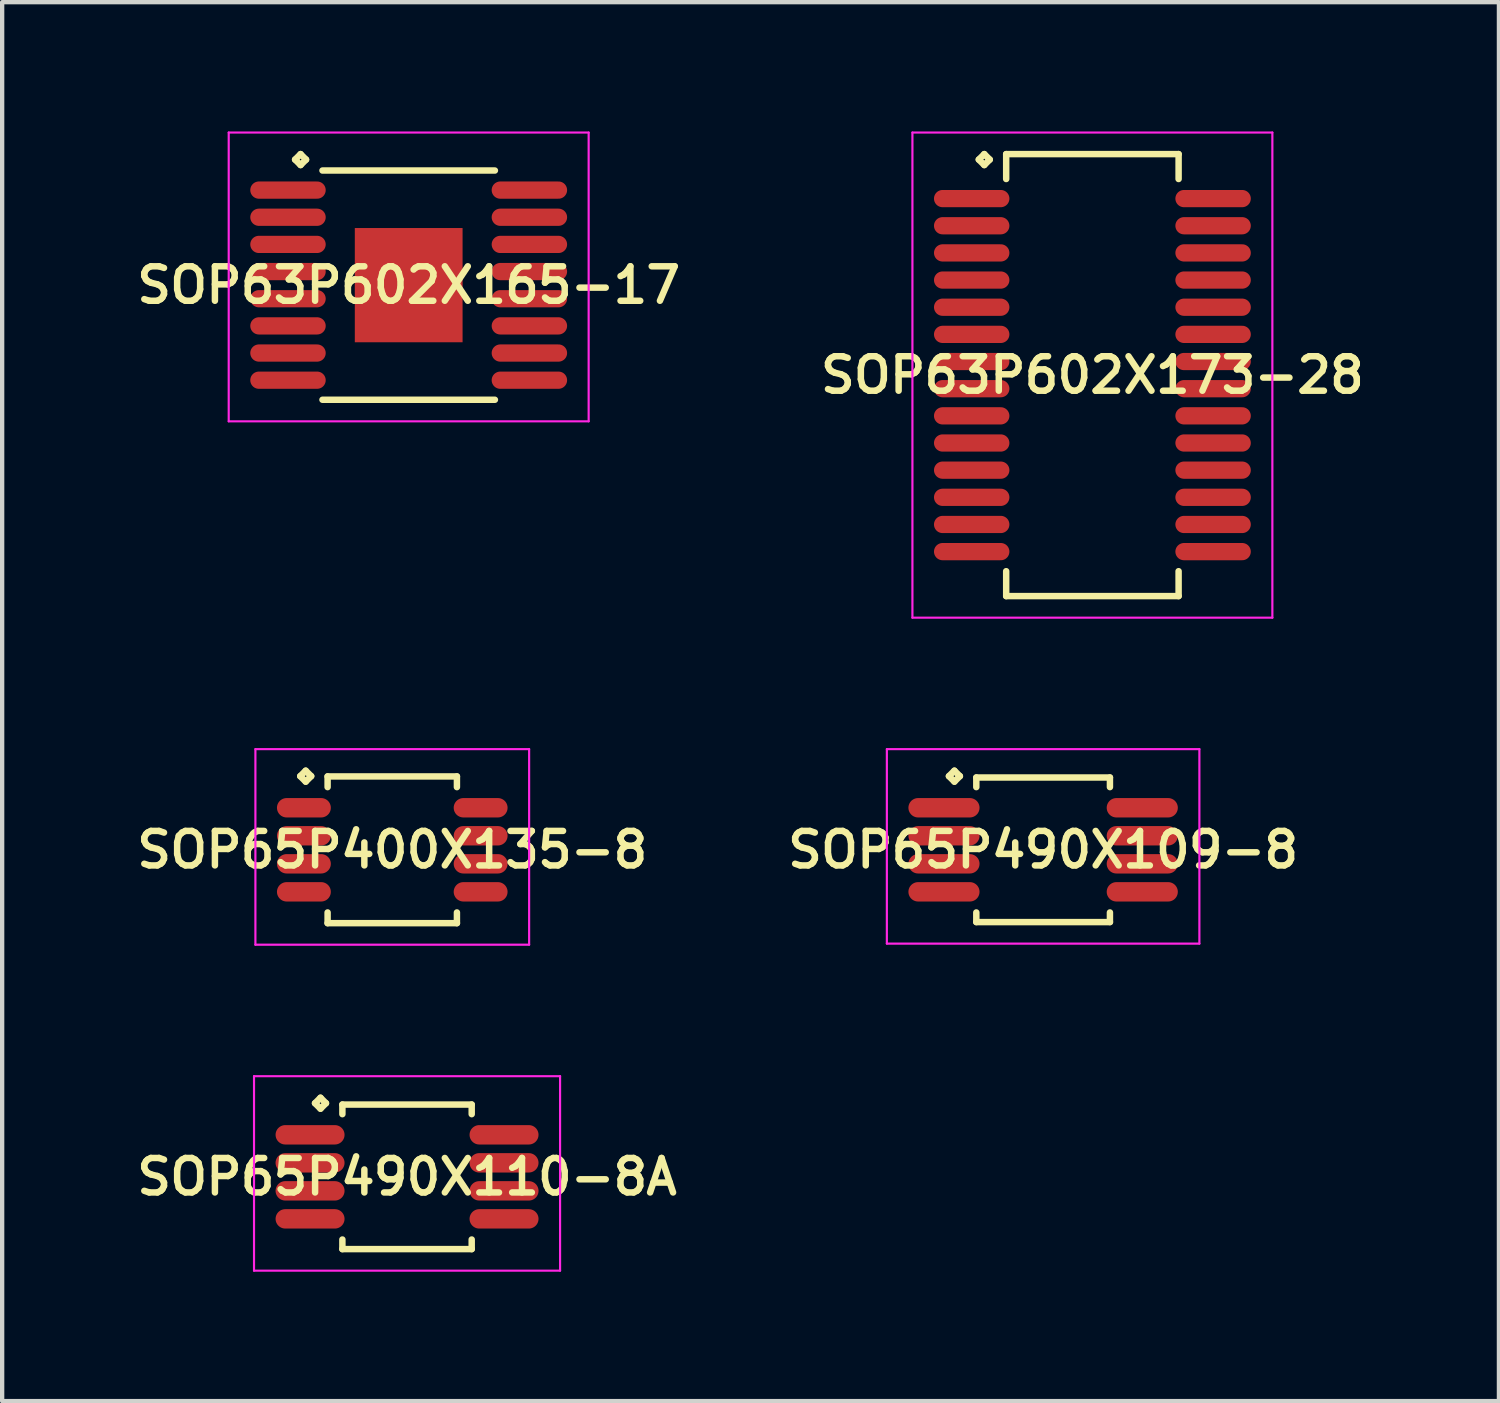
<source format=kicad_pcb>
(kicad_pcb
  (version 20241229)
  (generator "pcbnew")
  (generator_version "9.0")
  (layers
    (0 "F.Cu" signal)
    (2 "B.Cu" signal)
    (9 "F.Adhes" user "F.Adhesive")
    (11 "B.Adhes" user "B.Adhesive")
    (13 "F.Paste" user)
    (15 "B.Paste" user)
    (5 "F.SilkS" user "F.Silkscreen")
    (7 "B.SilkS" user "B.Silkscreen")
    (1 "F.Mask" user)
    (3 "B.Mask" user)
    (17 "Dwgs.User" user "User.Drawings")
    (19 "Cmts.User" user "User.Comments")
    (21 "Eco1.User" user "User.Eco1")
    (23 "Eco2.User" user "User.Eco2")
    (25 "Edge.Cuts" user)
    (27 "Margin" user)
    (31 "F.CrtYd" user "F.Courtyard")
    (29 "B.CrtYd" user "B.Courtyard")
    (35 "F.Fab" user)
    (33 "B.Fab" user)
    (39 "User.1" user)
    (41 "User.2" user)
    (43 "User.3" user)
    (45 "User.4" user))
  (footprint "SOP65P400X135-8"
    (layer "F.Cu")
    (at 6.05 16.664)
    (property "Reference" "SOP65P400X135-8" (at 0 0 0) (layer "F.SilkS") (effects (font (size 0.8 0.8) (thickness 0.15))))
    (attr smd)
    (fp_line (start -2.135 -1.708) (end -2.008 -1.835) (stroke (width 0.15) (type solid)) (layer "F.SilkS"))
    (fp_line (start -2.008 -1.835) (end -1.881 -1.708) (stroke (width 0.15) (type solid)) (layer "F.SilkS"))
    (fp_line (start -2.008 -1.581) (end -2.135 -1.708) (stroke (width 0.15) (type solid)) (layer "F.SilkS"))
    (fp_line (start -1.881 -1.708) (end -2.008 -1.581) (stroke (width 0.15) (type solid)) (layer "F.SilkS"))
    (fp_line (start -1.5 -1.702) (end 1.5 -1.702) (stroke (width 0.15) (type solid)) (layer "F.SilkS"))
    (fp_line (start -1.5 -1.454) (end -1.5 -1.702) (stroke (width 0.15) (type solid)) (layer "F.SilkS"))
    (fp_line (start -1.5 1.454) (end -1.5 1.702) (stroke (width 0.15) (type solid)) (layer "F.SilkS"))
    (fp_line (start -1.5 1.702) (end 1.5 1.702) (stroke (width 0.15) (type solid)) (layer "F.SilkS"))
    (fp_line (start 1.5 -1.702) (end 1.5 -1.454) (stroke (width 0.15) (type solid)) (layer "F.SilkS"))
    (fp_line (start 1.5 1.702) (end 1.5 1.454) (stroke (width 0.15) (type solid)) (layer "F.SilkS"))
    (fp_line (start -3.175 -2.335) (end 3.175 -2.335) (stroke (width 0.05) (type solid)) (layer "F.CrtYd"))
    (fp_line (start -3.175 2.202) (end -3.175 -2.335) (stroke (width 0.05) (type solid)) (layer "F.CrtYd"))
    (fp_line (start 3.175 -2.335) (end 3.175 2.202) (stroke (width 0.05) (type solid)) (layer "F.CrtYd"))
    (fp_line (start 3.175 2.202) (end -3.175 2.202) (stroke (width 0.05) (type solid)) (layer "F.CrtYd"))
    (pad "1" smd oval (at -2.05 -0.975) (size 1.25 0.45) (layers "F.Cu" "F.Mask" "F.Paste"))
    (pad "2" smd oval (at -2.05 -0.325) (size 1.25 0.45) (layers "F.Cu" "F.Mask" "F.Paste"))
    (pad "3" smd oval (at -2.05 0.325) (size 1.25 0.45) (layers "F.Cu" "F.Mask" "F.Paste"))
    (pad "4" smd oval (at -2.05 0.975) (size 1.25 0.45) (layers "F.Cu" "F.Mask" "F.Paste"))
    (pad "5" smd oval (at 2.05 0.975) (size 1.25 0.45) (layers "F.Cu" "F.Mask" "F.Paste"))
    (pad "6" smd oval (at 2.05 0.325) (size 1.25 0.45) (layers "F.Cu" "F.Mask" "F.Paste"))
    (pad "7" smd oval (at 2.05 -0.325) (size 1.25 0.45) (layers "F.Cu" "F.Mask" "F.Paste"))
    (pad "8" smd oval (at 2.05 -0.975) (size 1.25 0.45) (layers "F.Cu" "F.Mask" "F.Paste")))
  (footprint "SOP65P490X109-8"
    (layer "F.Cu")
    (at 21.149 16.664)
    (property "Reference" "SOP65P490X109-8" (at 0 0 0) (layer "F.SilkS") (effects (font (size 0.8 0.8) (thickness 0.15))))
    (attr smd)
    (fp_line (start -2.185 -1.708) (end -2.058 -1.835) (stroke (width 0.15) (type solid)) (layer "F.SilkS"))
    (fp_line (start -2.058 -1.835) (end -1.931 -1.708) (stroke (width 0.15) (type solid)) (layer "F.SilkS"))
    (fp_line (start -2.058 -1.581) (end -2.185 -1.708) (stroke (width 0.15) (type solid)) (layer "F.SilkS"))
    (fp_line (start -1.931 -1.708) (end -2.058 -1.581) (stroke (width 0.15) (type solid)) (layer "F.SilkS"))
    (fp_line (start -1.55 -1.677) (end 1.55 -1.677) (stroke (width 0.15) (type solid)) (layer "F.SilkS"))
    (fp_line (start -1.55 -1.454) (end -1.55 -1.677) (stroke (width 0.15) (type solid)) (layer "F.SilkS"))
    (fp_line (start -1.55 1.454) (end -1.55 1.677) (stroke (width 0.15) (type solid)) (layer "F.SilkS"))
    (fp_line (start -1.55 1.677) (end 1.55 1.677) (stroke (width 0.15) (type solid)) (layer "F.SilkS"))
    (fp_line (start 1.55 -1.677) (end 1.55 -1.454) (stroke (width 0.15) (type solid)) (layer "F.SilkS"))
    (fp_line (start 1.55 1.677) (end 1.55 1.454) (stroke (width 0.15) (type solid)) (layer "F.SilkS"))
    (fp_line (start -3.625 -2.335) (end 3.625 -2.335) (stroke (width 0.05) (type solid)) (layer "F.CrtYd"))
    (fp_line (start -3.625 2.177) (end -3.625 -2.335) (stroke (width 0.05) (type solid)) (layer "F.CrtYd"))
    (fp_line (start 3.625 -2.335) (end 3.625 2.177) (stroke (width 0.05) (type solid)) (layer "F.CrtYd"))
    (fp_line (start 3.625 2.177) (end -3.625 2.177) (stroke (width 0.05) (type solid)) (layer "F.CrtYd"))
    (pad "1" smd oval (at -2.3 -0.975) (size 1.65 0.45) (layers "F.Cu" "F.Mask" "F.Paste"))
    (pad "2" smd oval (at -2.3 -0.325) (size 1.65 0.45) (layers "F.Cu" "F.Mask" "F.Paste"))
    (pad "3" smd oval (at -2.3 0.325) (size 1.65 0.45) (layers "F.Cu" "F.Mask" "F.Paste"))
    (pad "4" smd oval (at -2.3 0.975) (size 1.65 0.45) (layers "F.Cu" "F.Mask" "F.Paste"))
    (pad "5" smd oval (at 2.3 0.975) (size 1.65 0.45) (layers "F.Cu" "F.Mask" "F.Paste"))
    (pad "6" smd oval (at 2.3 0.325) (size 1.65 0.45) (layers "F.Cu" "F.Mask" "F.Paste"))
    (pad "7" smd oval (at 2.3 -0.325) (size 1.65 0.45) (layers "F.Cu" "F.Mask" "F.Paste"))
    (pad "8" smd oval (at 2.3 -0.975) (size 1.65 0.45) (layers "F.Cu" "F.Mask" "F.Paste")))
  (footprint "SOP63P602X173-28"
    (layer "F.Cu")
    (at 22.292 5.652)
    (property "Reference" "SOP63P602X173-28" (at 0 0 0) (layer "F.SilkS") (effects (font (size 0.8 0.8) (thickness 0.15))))
    (attr smd)
    (fp_line (start -2.635 -5) (end -2.508 -5.127) (stroke (width 0.15) (type solid)) (layer "F.SilkS"))
    (fp_line (start -2.508 -5.127) (end -2.381 -5) (stroke (width 0.15) (type solid)) (layer "F.SilkS"))
    (fp_line (start -2.508 -4.873) (end -2.635 -5) (stroke (width 0.15) (type solid)) (layer "F.SilkS"))
    (fp_line (start -2.381 -5) (end -2.508 -4.873) (stroke (width 0.15) (type solid)) (layer "F.SilkS"))
    (fp_line (start -2 -5.127) (end 2 -5.127) (stroke (width 0.15) (type solid)) (layer "F.SilkS"))
    (fp_line (start -2 -4.549) (end -2 -5.127) (stroke (width 0.15) (type solid)) (layer "F.SilkS"))
    (fp_line (start -2 4.549) (end -2 5.127) (stroke (width 0.15) (type solid)) (layer "F.SilkS"))
    (fp_line (start -2 5.127) (end 2 5.127) (stroke (width 0.15) (type solid)) (layer "F.SilkS"))
    (fp_line (start 2 -5.127) (end 2 -4.549) (stroke (width 0.15) (type solid)) (layer "F.SilkS"))
    (fp_line (start 2 5.127) (end 2 4.549) (stroke (width 0.15) (type solid)) (layer "F.SilkS"))
    (fp_line (start -4.175 -5.627) (end 4.175 -5.627) (stroke (width 0.05) (type solid)) (layer "F.CrtYd"))
    (fp_line (start -4.175 5.627) (end -4.175 -5.627) (stroke (width 0.05) (type solid)) (layer "F.CrtYd"))
    (fp_line (start 4.175 -5.627) (end 4.175 5.627) (stroke (width 0.05) (type solid)) (layer "F.CrtYd"))
    (fp_line (start 4.175 5.627) (end -4.175 5.627) (stroke (width 0.05) (type solid)) (layer "F.CrtYd"))
    (pad "1" smd oval (at -2.8 -4.095) (size 1.75 0.4) (layers "F.Cu" "F.Mask" "F.Paste"))
    (pad "2" smd oval (at -2.8 -3.465) (size 1.75 0.4) (layers "F.Cu" "F.Mask" "F.Paste"))
    (pad "3" smd oval (at -2.8 -2.835) (size 1.75 0.4) (layers "F.Cu" "F.Mask" "F.Paste"))
    (pad "4" smd oval (at -2.8 -2.205) (size 1.75 0.4) (layers "F.Cu" "F.Mask" "F.Paste"))
    (pad "5" smd oval (at -2.8 -1.575) (size 1.75 0.4) (layers "F.Cu" "F.Mask" "F.Paste"))
    (pad "6" smd oval (at -2.8 -0.945) (size 1.75 0.4) (layers "F.Cu" "F.Mask" "F.Paste"))
    (pad "7" smd oval (at -2.8 -0.315) (size 1.75 0.4) (layers "F.Cu" "F.Mask" "F.Paste"))
    (pad "8" smd oval (at -2.8 0.315) (size 1.75 0.4) (layers "F.Cu" "F.Mask" "F.Paste"))
    (pad "9" smd oval (at -2.8 0.945) (size 1.75 0.4) (layers "F.Cu" "F.Mask" "F.Paste"))
    (pad "10" smd oval (at -2.8 1.575) (size 1.75 0.4) (layers "F.Cu" "F.Mask" "F.Paste"))
    (pad "11" smd oval (at -2.8 2.205) (size 1.75 0.4) (layers "F.Cu" "F.Mask" "F.Paste"))
    (pad "12" smd oval (at -2.8 2.835) (size 1.75 0.4) (layers "F.Cu" "F.Mask" "F.Paste"))
    (pad "13" smd oval (at -2.8 3.465) (size 1.75 0.4) (layers "F.Cu" "F.Mask" "F.Paste"))
    (pad "14" smd oval (at -2.8 4.095) (size 1.75 0.4) (layers "F.Cu" "F.Mask" "F.Paste"))
    (pad "15" smd oval (at 2.8 4.095) (size 1.75 0.4) (layers "F.Cu" "F.Mask" "F.Paste"))
    (pad "16" smd oval (at 2.8 3.465) (size 1.75 0.4) (layers "F.Cu" "F.Mask" "F.Paste"))
    (pad "17" smd oval (at 2.8 2.835) (size 1.75 0.4) (layers "F.Cu" "F.Mask" "F.Paste"))
    (pad "18" smd oval (at 2.8 2.205) (size 1.75 0.4) (layers "F.Cu" "F.Mask" "F.Paste"))
    (pad "19" smd oval (at 2.8 1.575) (size 1.75 0.4) (layers "F.Cu" "F.Mask" "F.Paste"))
    (pad "20" smd oval (at 2.8 0.945) (size 1.75 0.4) (layers "F.Cu" "F.Mask" "F.Paste"))
    (pad "21" smd oval (at 2.8 0.315) (size 1.75 0.4) (layers "F.Cu" "F.Mask" "F.Paste"))
    (pad "22" smd oval (at 2.8 -0.315) (size 1.75 0.4) (layers "F.Cu" "F.Mask" "F.Paste"))
    (pad "23" smd oval (at 2.8 -0.945) (size 1.75 0.4) (layers "F.Cu" "F.Mask" "F.Paste"))
    (pad "24" smd oval (at 2.8 -1.575) (size 1.75 0.4) (layers "F.Cu" "F.Mask" "F.Paste"))
    (pad "25" smd oval (at 2.8 -2.205) (size 1.75 0.4) (layers "F.Cu" "F.Mask" "F.Paste"))
    (pad "26" smd oval (at 2.8 -2.835) (size 1.75 0.4) (layers "F.Cu" "F.Mask" "F.Paste"))
    (pad "27" smd oval (at 2.8 -3.465) (size 1.75 0.4) (layers "F.Cu" "F.Mask" "F.Paste"))
    (pad "28" smd oval (at 2.8 -4.095) (size 1.75 0.4) (layers "F.Cu" "F.Mask" "F.Paste")))
  (footprint "SOP65P490X110-8A"
    (layer "F.Cu")
    (at 6.393 24.251)
    (property "Reference" "SOP65P490X110-8A" (at 0 0 0) (layer "F.SilkS") (effects (font (size 0.8 0.8) (thickness 0.15))))
    (attr smd)
    (fp_line (start -2.135 -1.708) (end -2.008 -1.835) (stroke (width 0.15) (type solid)) (layer "F.SilkS"))
    (fp_line (start -2.008 -1.835) (end -1.881 -1.708) (stroke (width 0.15) (type solid)) (layer "F.SilkS"))
    (fp_line (start -2.008 -1.581) (end -2.135 -1.708) (stroke (width 0.15) (type solid)) (layer "F.SilkS"))
    (fp_line (start -1.881 -1.708) (end -2.008 -1.581) (stroke (width 0.15) (type solid)) (layer "F.SilkS"))
    (fp_line (start -1.5 -1.677) (end 1.5 -1.677) (stroke (width 0.15) (type solid)) (layer "F.SilkS"))
    (fp_line (start -1.5 -1.454) (end -1.5 -1.677) (stroke (width 0.15) (type solid)) (layer "F.SilkS"))
    (fp_line (start -1.5 1.454) (end -1.5 1.677) (stroke (width 0.15) (type solid)) (layer "F.SilkS"))
    (fp_line (start -1.5 1.677) (end 1.5 1.677) (stroke (width 0.15) (type solid)) (layer "F.SilkS"))
    (fp_line (start 1.5 -1.677) (end 1.5 -1.454) (stroke (width 0.15) (type solid)) (layer "F.SilkS"))
    (fp_line (start 1.5 1.677) (end 1.5 1.454) (stroke (width 0.15) (type solid)) (layer "F.SilkS"))
    (fp_line (start -3.55 -2.335) (end 3.55 -2.335) (stroke (width 0.05) (type solid)) (layer "F.CrtYd"))
    (fp_line (start -3.55 2.177) (end -3.55 -2.335) (stroke (width 0.05) (type solid)) (layer "F.CrtYd"))
    (fp_line (start 3.55 -2.335) (end 3.55 2.177) (stroke (width 0.05) (type solid)) (layer "F.CrtYd"))
    (fp_line (start 3.55 2.177) (end -3.55 2.177) (stroke (width 0.05) (type solid)) (layer "F.CrtYd"))
    (pad "1" smd oval (at -2.25 -0.975) (size 1.6 0.45) (layers "F.Cu" "F.Mask" "F.Paste"))
    (pad "2" smd oval (at -2.25 -0.325) (size 1.6 0.45) (layers "F.Cu" "F.Mask" "F.Paste"))
    (pad "3" smd oval (at -2.25 0.325) (size 1.6 0.45) (layers "F.Cu" "F.Mask" "F.Paste"))
    (pad "4" smd oval (at -2.25 0.975) (size 1.6 0.45) (layers "F.Cu" "F.Mask" "F.Paste"))
    (pad "5" smd oval (at 2.25 0.975) (size 1.6 0.45) (layers "F.Cu" "F.Mask" "F.Paste"))
    (pad "6" smd oval (at 2.25 0.325) (size 1.6 0.45) (layers "F.Cu" "F.Mask" "F.Paste"))
    (pad "7" smd oval (at 2.25 -0.325) (size 1.6 0.45) (layers "F.Cu" "F.Mask" "F.Paste"))
    (pad "8" smd oval (at 2.25 -0.975) (size 1.6 0.45) (layers "F.Cu" "F.Mask" "F.Paste")))
  (footprint "SOP63P602X165-17"
    (layer "F.Cu")
    (at 6.431 3.565)
    (property "Reference" "SOP63P602X165-17" (at 0 0 0) (layer "F.SilkS") (effects (font (size 0.8 0.8) (thickness 0.15))))
    (attr smd)
    (fp_line (start -2.635 -2.913) (end -2.508 -3.04) (stroke (width 0.15) (type solid)) (layer "F.SilkS"))
    (fp_line (start -2.508 -3.04) (end -2.381 -2.913) (stroke (width 0.15) (type solid)) (layer "F.SilkS"))
    (fp_line (start -2.508 -2.786) (end -2.635 -2.913) (stroke (width 0.15) (type solid)) (layer "F.SilkS"))
    (fp_line (start -2.381 -2.913) (end -2.508 -2.786) (stroke (width 0.15) (type solid)) (layer "F.SilkS"))
    (fp_line (start -2 -2.659) (end 2 -2.659) (stroke (width 0.15) (type solid)) (layer "F.SilkS"))
    (fp_line (start -2 2.659) (end 2 2.659) (stroke (width 0.15) (type solid)) (layer "F.SilkS"))
    (fp_line (start -4.175 -3.54) (end 4.175 -3.54) (stroke (width 0.05) (type solid)) (layer "F.CrtYd"))
    (fp_line (start -4.175 3.159) (end -4.175 -3.54) (stroke (width 0.05) (type solid)) (layer "F.CrtYd"))
    (fp_line (start 4.175 -3.54) (end 4.175 3.159) (stroke (width 0.05) (type solid)) (layer "F.CrtYd"))
    (fp_line (start 4.175 3.159) (end -4.175 3.159) (stroke (width 0.05) (type solid)) (layer "F.CrtYd"))
    (pad "1" smd oval (at -2.8 -2.205) (size 1.75 0.4) (layers "F.Cu" "F.Mask" "F.Paste"))
    (pad "2" smd oval (at -2.8 -1.575) (size 1.75 0.4) (layers "F.Cu" "F.Mask" "F.Paste"))
    (pad "3" smd oval (at -2.8 -0.945) (size 1.75 0.4) (layers "F.Cu" "F.Mask" "F.Paste"))
    (pad "4" smd oval (at -2.8 -0.315) (size 1.75 0.4) (layers "F.Cu" "F.Mask" "F.Paste"))
    (pad "5" smd oval (at -2.8 0.315) (size 1.75 0.4) (layers "F.Cu" "F.Mask" "F.Paste"))
    (pad "6" smd oval (at -2.8 0.945) (size 1.75 0.4) (layers "F.Cu" "F.Mask" "F.Paste"))
    (pad "7" smd oval (at -2.8 1.575) (size 1.75 0.4) (layers "F.Cu" "F.Mask" "F.Paste"))
    (pad "8" smd oval (at -2.8 2.205) (size 1.75 0.4) (layers "F.Cu" "F.Mask" "F.Paste"))
    (pad "9" smd oval (at 2.8 2.205) (size 1.75 0.4) (layers "F.Cu" "F.Mask" "F.Paste"))
    (pad "10" smd oval (at 2.8 1.575) (size 1.75 0.4) (layers "F.Cu" "F.Mask" "F.Paste"))
    (pad "11" smd oval (at 2.8 0.945) (size 1.75 0.4) (layers "F.Cu" "F.Mask" "F.Paste"))
    (pad "12" smd oval (at 2.8 0.315) (size 1.75 0.4) (layers "F.Cu" "F.Mask" "F.Paste"))
    (pad "13" smd oval (at 2.8 -0.315) (size 1.75 0.4) (layers "F.Cu" "F.Mask" "F.Paste"))
    (pad "14" smd oval (at 2.8 -0.945) (size 1.75 0.4) (layers "F.Cu" "F.Mask" "F.Paste"))
    (pad "15" smd oval (at 2.8 -1.575) (size 1.75 0.4) (layers "F.Cu" "F.Mask" "F.Paste"))
    (pad "16" smd oval (at 2.8 -2.205) (size 1.75 0.4) (layers "F.Cu" "F.Mask" "F.Paste"))
    (pad "17" smd rect (at 0 0) (size 2.5 2.65) (layers "F.Cu" "F.Mask" "F.Paste")))
  (gr_rect
    (start -3 -3)
    (end 31.723 29.453)
    (stroke (width 0.1) (type default))
    (fill no)
    (layer "Edge.Cuts")))
</source>
